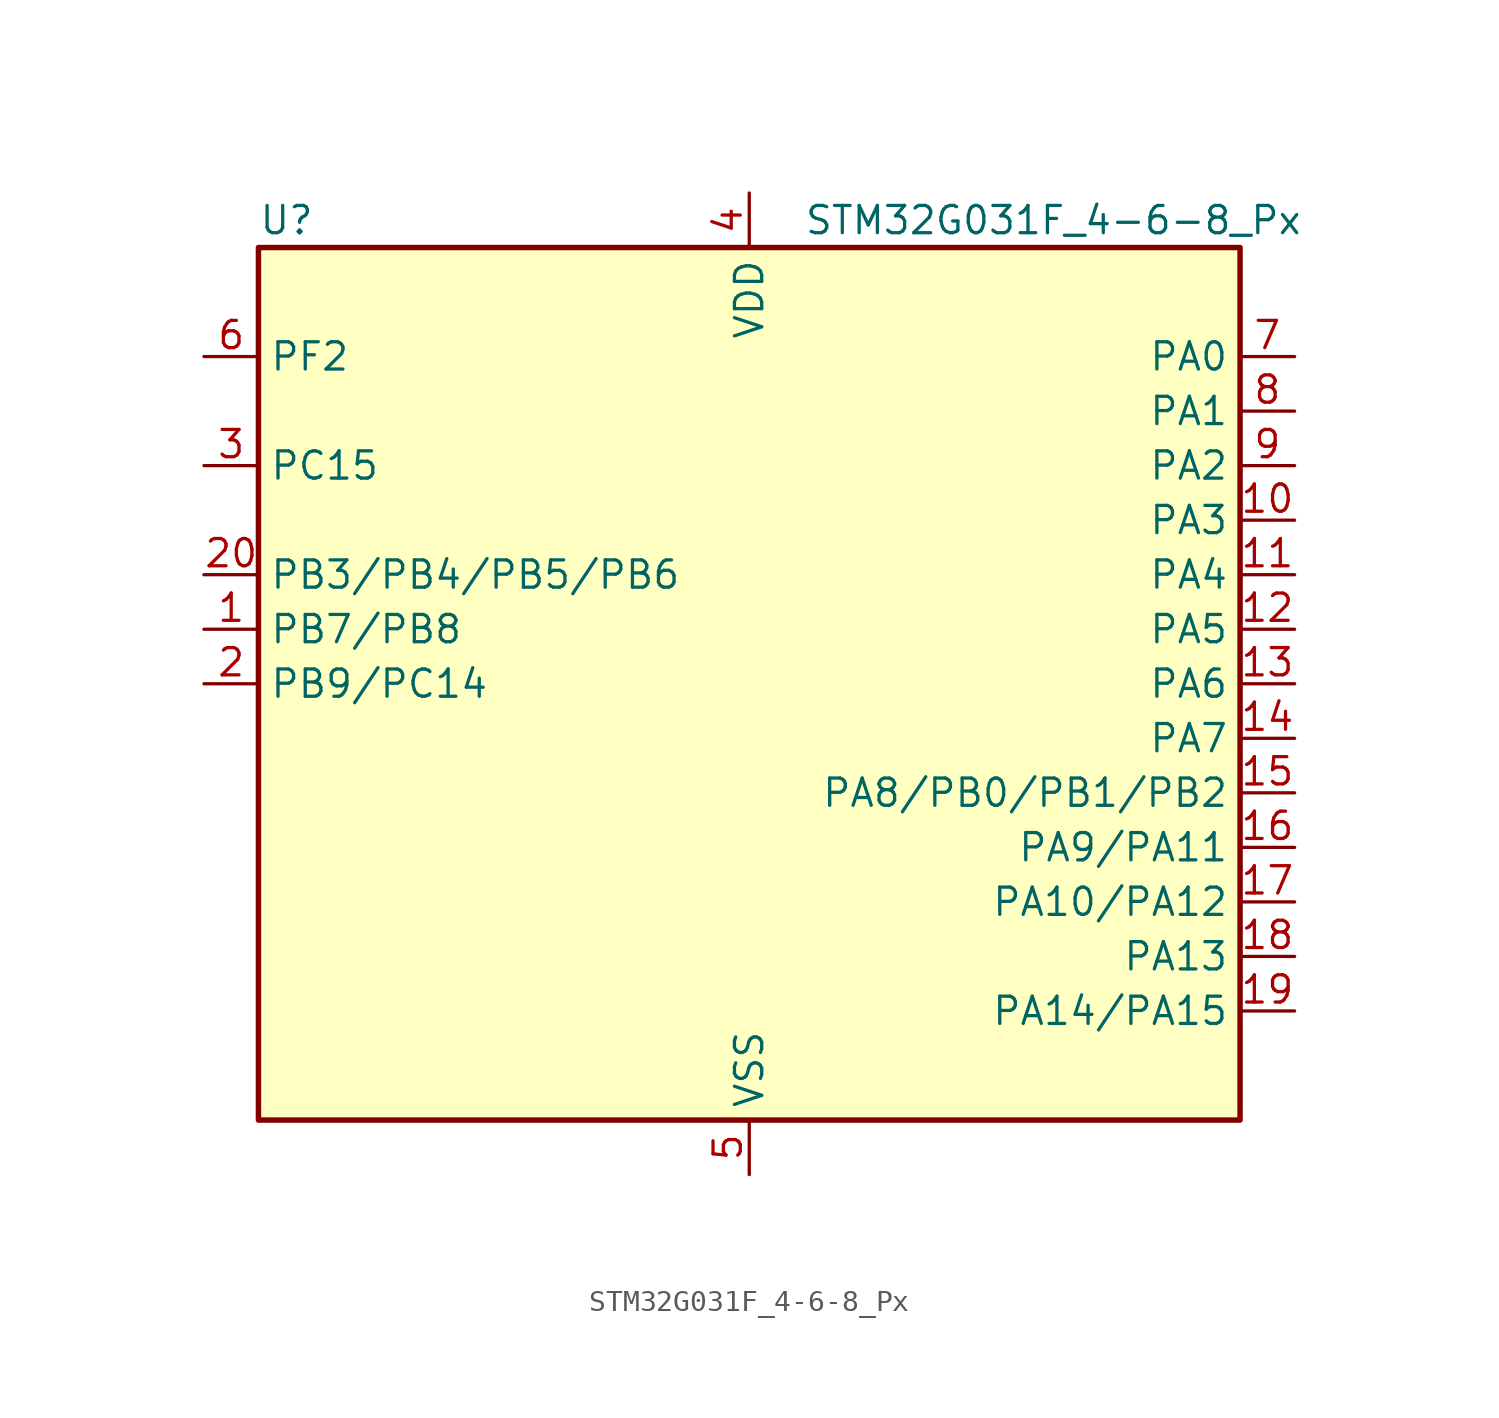
<source format=kicad_sym>
(kicad_symbol_lib
  (version 20231120)
  (generator "kicad-library-utils")
  (generator_version "8.0")
  (symbol "STM32G031F_4-6-8_Px"
    (property "Reference" "U"
      (at -22.86 21.59 0)
      (effects (font (size 1.27 1.27)) (justify left)))
    (property "Value" "STM32G031F_4-6-8_Px"
      (at 2.54 21.59 0)
      (effects (font (size 1.27 1.27)) (justify left)))
    (symbol "STM32G031F_4-6-8_Px_0_1"
      (rectangle (start -22.86 -20.32) (end 22.86 20.32) (stroke (width 0.254) (type default)) (fill (type background))))
    (symbol "STM32G031F_4-6-8_Px_1_1"
      (pin bidirectional line (at -25.4 2.54 0) (length 2.54) (name "PB7/PB8" (effects (font (size 1.27 1.27)))) (number "1" (effects (font (size 1.27 1.27)))) (alternate "PB7" bidirectional line) (alternate "ADC1_IN11 (PB7)" bidirectional line) (alternate "I2C1_SDA (PB7)" bidirectional line) (alternate "LPTIM1_IN2 (PB7)" bidirectional line) (alternate "SPI2_MOSI (PB7)" bidirectional line) (alternate "SYS_PVD_IN (PB7)" bidirectional line) (alternate "TIM17_CH1N (PB7)" bidirectional line) (alternate "USART1_RX (PB7)" bidirectional line) (alternate "PB8" bidirectional line) (alternate "I2C1_SCL (PB8)" bidirectional line) (alternate "SPI2_SCK (PB8)" bidirectional line) (alternate "TIM16_CH1 (PB8)" bidirectional line))
      (pin bidirectional line (at 25.4 7.62 180) (length 2.54) (name "PA3" (effects (font (size 1.27 1.27)))) (number "10" (effects (font (size 1.27 1.27)))) (alternate "ADC1_IN3" bidirectional line) (alternate "LPUART1_RX" bidirectional line) (alternate "SPI2_MISO" bidirectional line) (alternate "TIM2_CH4" bidirectional line) (alternate "USART2_RX" bidirectional line))
      (pin bidirectional line (at 25.4 5.08 180) (length 2.54) (name "PA4" (effects (font (size 1.27 1.27)))) (number "11" (effects (font (size 1.27 1.27)))) (alternate "ADC1_IN4" bidirectional line) (alternate "I2S1_WS" bidirectional line) (alternate "LPTIM2_OUT" bidirectional line) (alternate "RTC_OUT_ALARM" bidirectional line) (alternate "RTC_OUT_CALIB" bidirectional line) (alternate "RTC_TAMP_IN1" bidirectional line) (alternate "RTC_TS" bidirectional line) (alternate "SPI1_NSS" bidirectional line) (alternate "SPI2_MOSI" bidirectional line) (alternate "SYS_WKUP2" bidirectional line) (alternate "TIM14_CH1" bidirectional line))
      (pin bidirectional line (at 25.4 2.54 180) (length 2.54) (name "PA5" (effects (font (size 1.27 1.27)))) (number "12" (effects (font (size 1.27 1.27)))) (alternate "ADC1_IN5" bidirectional line) (alternate "I2S1_CK" bidirectional line) (alternate "LPTIM2_ETR" bidirectional line) (alternate "SPI1_SCK" bidirectional line) (alternate "TIM2_CH1" bidirectional line) (alternate "TIM2_ETR" bidirectional line))
      (pin bidirectional line (at 25.4 0 180) (length 2.54) (name "PA6" (effects (font (size 1.27 1.27)))) (number "13" (effects (font (size 1.27 1.27)))) (alternate "ADC1_IN6" bidirectional line) (alternate "I2S1_MCK" bidirectional line) (alternate "LPUART1_CTS" bidirectional line) (alternate "SPI1_MISO" bidirectional line) (alternate "TIM16_CH1" bidirectional line) (alternate "TIM1_BK" bidirectional line) (alternate "TIM3_CH1" bidirectional line))
      (pin bidirectional line (at 25.4 -2.54 180) (length 2.54) (name "PA7" (effects (font (size 1.27 1.27)))) (number "14" (effects (font (size 1.27 1.27)))) (alternate "ADC1_IN7" bidirectional line) (alternate "I2S1_SD" bidirectional line) (alternate "SPI1_MOSI" bidirectional line) (alternate "TIM14_CH1" bidirectional line) (alternate "TIM17_CH1" bidirectional line) (alternate "TIM1_CH1N" bidirectional line) (alternate "TIM3_CH2" bidirectional line))
      (pin bidirectional line (at 25.4 -5.08 180) (length 2.54) (name "PA8/PB0/PB1/PB2" (effects (font (size 1.27 1.27)))) (number "15" (effects (font (size 1.27 1.27)))) (alternate "PA8" bidirectional line) (alternate "LPTIM2_OUT (PA8)" bidirectional line) (alternate "RCC_MCO (PA8)" bidirectional line) (alternate "SPI2_NSS (PA8)" bidirectional line) (alternate "TIM1_CH1 (PA8)" bidirectional line) (alternate "PB0" bidirectional line) (alternate "ADC1_IN8 (PB0)" bidirectional line) (alternate "I2S1_WS (PB0)" bidirectional line) (alternate "LPTIM1_OUT (PB0)" bidirectional line) (alternate "SPI1_NSS (PB0)" bidirectional line) (alternate "TIM1_CH2N (PB0)" bidirectional line) (alternate "TIM3_CH3 (PB0)" bidirectional line) (alternate "PB1" bidirectional line) (alternate "ADC1_IN9 (PB1)" bidirectional line) (alternate "LPTIM2_IN1 (PB1)" bidirectional line) (alternate "LPUART1_DE (PB1)" bidirectional line) (alternate "LPUART1_RTS (PB1)" bidirectional line) (alternate "TIM14_CH1 (PB1)" bidirectional line) (alternate "TIM1_CH3N (PB1)" bidirectional line) (alternate "TIM3_CH4 (PB1)" bidirectional line) (alternate "PB2" bidirectional line) (alternate "ADC1_IN10 (PB2)" bidirectional line) (alternate "LPTIM1_OUT (PB2)" bidirectional line) (alternate "SPI2_MISO (PB2)" bidirectional line))
      (pin bidirectional line (at 25.4 -7.62 180) (length 2.54) (name "PA9/PA11" (effects (font (size 1.27 1.27)))) (number "16" (effects (font (size 1.27 1.27)))) (alternate "PA9" bidirectional line) (alternate "I2C1_SCL (PA9)" bidirectional line) (alternate "RCC_MCO (PA9)" bidirectional line) (alternate "SPI2_MISO (PA9)" bidirectional line) (alternate "TIM1_CH2 (PA9)" bidirectional line) (alternate "USART1_TX (PA9)" bidirectional line) (alternate "PA11" bidirectional line) (alternate "ADC1_EXTI11 (PA11)" bidirectional line) (alternate "ADC1_IN15 (PA11)" bidirectional line) (alternate "I2C2_SCL (PA11)" bidirectional line) (alternate "I2S1_MCK (PA11)" bidirectional line) (alternate "SPI1_MISO (PA11)" bidirectional line) (alternate "TIM1_BK2 (PA11)" bidirectional line) (alternate "TIM1_CH4 (PA11)" bidirectional line) (alternate "USART1_CTS (PA11)" bidirectional line) (alternate "USART1_NSS (PA11)" bidirectional line))
      (pin bidirectional line (at 25.4 -10.16 180) (length 2.54) (name "PA10/PA12" (effects (font (size 1.27 1.27)))) (number "17" (effects (font (size 1.27 1.27)))) (alternate "PA10" bidirectional line) (alternate "I2C1_SDA (PA10)" bidirectional line) (alternate "SPI2_MOSI (PA10)" bidirectional line) (alternate "TIM17_BK (PA10)" bidirectional line) (alternate "TIM1_CH3 (PA10)" bidirectional line) (alternate "USART1_RX (PA10)" bidirectional line) (alternate "PA12" bidirectional line) (alternate "ADC1_IN16 (PA12)" bidirectional line) (alternate "I2C2_SDA (PA12)" bidirectional line) (alternate "I2S1_SD (PA12)" bidirectional line) (alternate "I2S_CKIN (PA12)" bidirectional line) (alternate "SPI1_MOSI (PA12)" bidirectional line) (alternate "TIM1_ETR (PA12)" bidirectional line) (alternate "USART1_CK (PA12)" bidirectional line) (alternate "USART1_DE (PA12)" bidirectional line) (alternate "USART1_RTS (PA12)" bidirectional line))
      (pin bidirectional line (at 25.4 -12.7 180) (length 2.54) (name "PA13" (effects (font (size 1.27 1.27)))) (number "18" (effects (font (size 1.27 1.27)))) (alternate "ADC1_IN17" bidirectional line) (alternate "IR_OUT" bidirectional line) (alternate "SYS_SWDIO" bidirectional line))
      (pin bidirectional line (at 25.4 -15.24 180) (length 2.54) (name "PA14/PA15" (effects (font (size 1.27 1.27)))) (number "19" (effects (font (size 1.27 1.27)))) (alternate "PA14" bidirectional line) (alternate "ADC1_IN18 (PA14)" bidirectional line) (alternate "SYS_SWCLK (PA14)" bidirectional line) (alternate "USART2_TX (PA14)" bidirectional line) (alternate "PA15" bidirectional line) (alternate "I2S1_WS (PA15)" bidirectional line) (alternate "SPI1_NSS (PA15)" bidirectional line) (alternate "TIM2_CH1 (PA15)" bidirectional line) (alternate "TIM2_ETR (PA15)" bidirectional line) (alternate "USART2_RX (PA15)" bidirectional line))
      (pin bidirectional line (at -25.4 0 0) (length 2.54) (name "PB9/PC14" (effects (font (size 1.27 1.27)))) (number "2" (effects (font (size 1.27 1.27)))) (alternate "PB9" bidirectional line) (alternate "I2C1_SDA (PB9)" bidirectional line) (alternate "IR_OUT (PB9)" bidirectional line) (alternate "SPI2_NSS (PB9)" bidirectional line) (alternate "TIM17_CH1 (PB9)" bidirectional line) (alternate "PC14" bidirectional line) (alternate "RCC_OSC32_IN (PC14)" bidirectional line) (alternate "RCC_OSC_IN (PC14)" bidirectional line) (alternate "TIM1_BK2 (PC14)" bidirectional line))
      (pin bidirectional line (at -25.4 5.08 0) (length 2.54) (name "PB3/PB4/PB5/PB6" (effects (font (size 1.27 1.27)))) (number "20" (effects (font (size 1.27 1.27)))) (alternate "PB3" bidirectional line) (alternate "I2S1_CK (PB3)" bidirectional line) (alternate "SPI1_SCK (PB3)" bidirectional line) (alternate "TIM1_CH2 (PB3)" bidirectional line) (alternate "TIM2_CH2 (PB3)" bidirectional line) (alternate "USART1_CK (PB3)" bidirectional line) (alternate "USART1_DE (PB3)" bidirectional line) (alternate "USART1_RTS (PB3)" bidirectional line) (alternate "PB4" bidirectional line) (alternate "I2S1_MCK (PB4)" bidirectional line) (alternate "SPI1_MISO (PB4)" bidirectional line) (alternate "TIM17_BK (PB4)" bidirectional line) (alternate "TIM3_CH1 (PB4)" bidirectional line) (alternate "USART1_CTS (PB4)" bidirectional line) (alternate "USART1_NSS (PB4)" bidirectional line) (alternate "PB5" bidirectional line) (alternate "I2C1_SMBA (PB5)" bidirectional line) (alternate "I2S1_SD (PB5)" bidirectional line) (alternate "LPTIM1_IN1 (PB5)" bidirectional line) (alternate "SPI1_MOSI (PB5)" bidirectional line) (alternate "SYS_WKUP6 (PB5)" bidirectional line) (alternate "TIM16_BK (PB5)" bidirectional line) (alternate "TIM3_CH2 (PB5)" bidirectional line) (alternate "PB6" bidirectional line) (alternate "I2C1_SCL (PB6)" bidirectional line) (alternate "LPTIM1_ETR (PB6)" bidirectional line) (alternate "SPI2_MISO (PB6)" bidirectional line) (alternate "TIM16_CH1N (PB6)" bidirectional line) (alternate "TIM1_CH3 (PB6)" bidirectional line) (alternate "USART1_TX (PB6)" bidirectional line))
      (pin bidirectional line (at -25.4 10.16 0) (length 2.54) (name "PC15" (effects (font (size 1.27 1.27)))) (number "3" (effects (font (size 1.27 1.27)))) (alternate "RCC_OSC32_EN" bidirectional line) (alternate "RCC_OSC32_OUT" bidirectional line) (alternate "RCC_OSC_EN" bidirectional line))
      (pin power_in line (at 0 22.86 270) (length 2.54) (name "VDD" (effects (font (size 1.27 1.27)))) (number "4" (effects (font (size 1.27 1.27)))))
      (pin power_in line (at 0 -22.86 90) (length 2.54) (name "VSS" (effects (font (size 1.27 1.27)))) (number "5" (effects (font (size 1.27 1.27)))))
      (pin bidirectional line (at -25.4 15.24 0) (length 2.54) (name "PF2" (effects (font (size 1.27 1.27)))) (number "6" (effects (font (size 1.27 1.27)))) (alternate "RCC_MCO" bidirectional line))
      (pin bidirectional line (at 25.4 15.24 180) (length 2.54) (name "PA0" (effects (font (size 1.27 1.27)))) (number "7" (effects (font (size 1.27 1.27)))) (alternate "ADC1_IN0" bidirectional line) (alternate "LPTIM1_OUT" bidirectional line) (alternate "RTC_TAMP_IN2" bidirectional line) (alternate "SPI2_SCK" bidirectional line) (alternate "SYS_WKUP1" bidirectional line) (alternate "TIM2_CH1" bidirectional line) (alternate "TIM2_ETR" bidirectional line) (alternate "USART2_CTS" bidirectional line) (alternate "USART2_NSS" bidirectional line))
      (pin bidirectional line (at 25.4 12.7 180) (length 2.54) (name "PA1" (effects (font (size 1.27 1.27)))) (number "8" (effects (font (size 1.27 1.27)))) (alternate "ADC1_IN1" bidirectional line) (alternate "I2C1_SMBA" bidirectional line) (alternate "I2S1_CK" bidirectional line) (alternate "SPI1_SCK" bidirectional line) (alternate "TIM2_CH2" bidirectional line) (alternate "USART2_CK" bidirectional line) (alternate "USART2_DE" bidirectional line) (alternate "USART2_RTS" bidirectional line))
      (pin bidirectional line (at 25.4 10.16 180) (length 2.54) (name "PA2" (effects (font (size 1.27 1.27)))) (number "9" (effects (font (size 1.27 1.27)))) (alternate "ADC1_IN2" bidirectional line) (alternate "I2S1_SD" bidirectional line) (alternate "LPUART1_TX" bidirectional line) (alternate "RCC_LSCO" bidirectional line) (alternate "SPI1_MOSI" bidirectional line) (alternate "SYS_WKUP4" bidirectional line) (alternate "TIM2_CH3" bidirectional line) (alternate "USART2_TX" bidirectional line)))))
</source>
